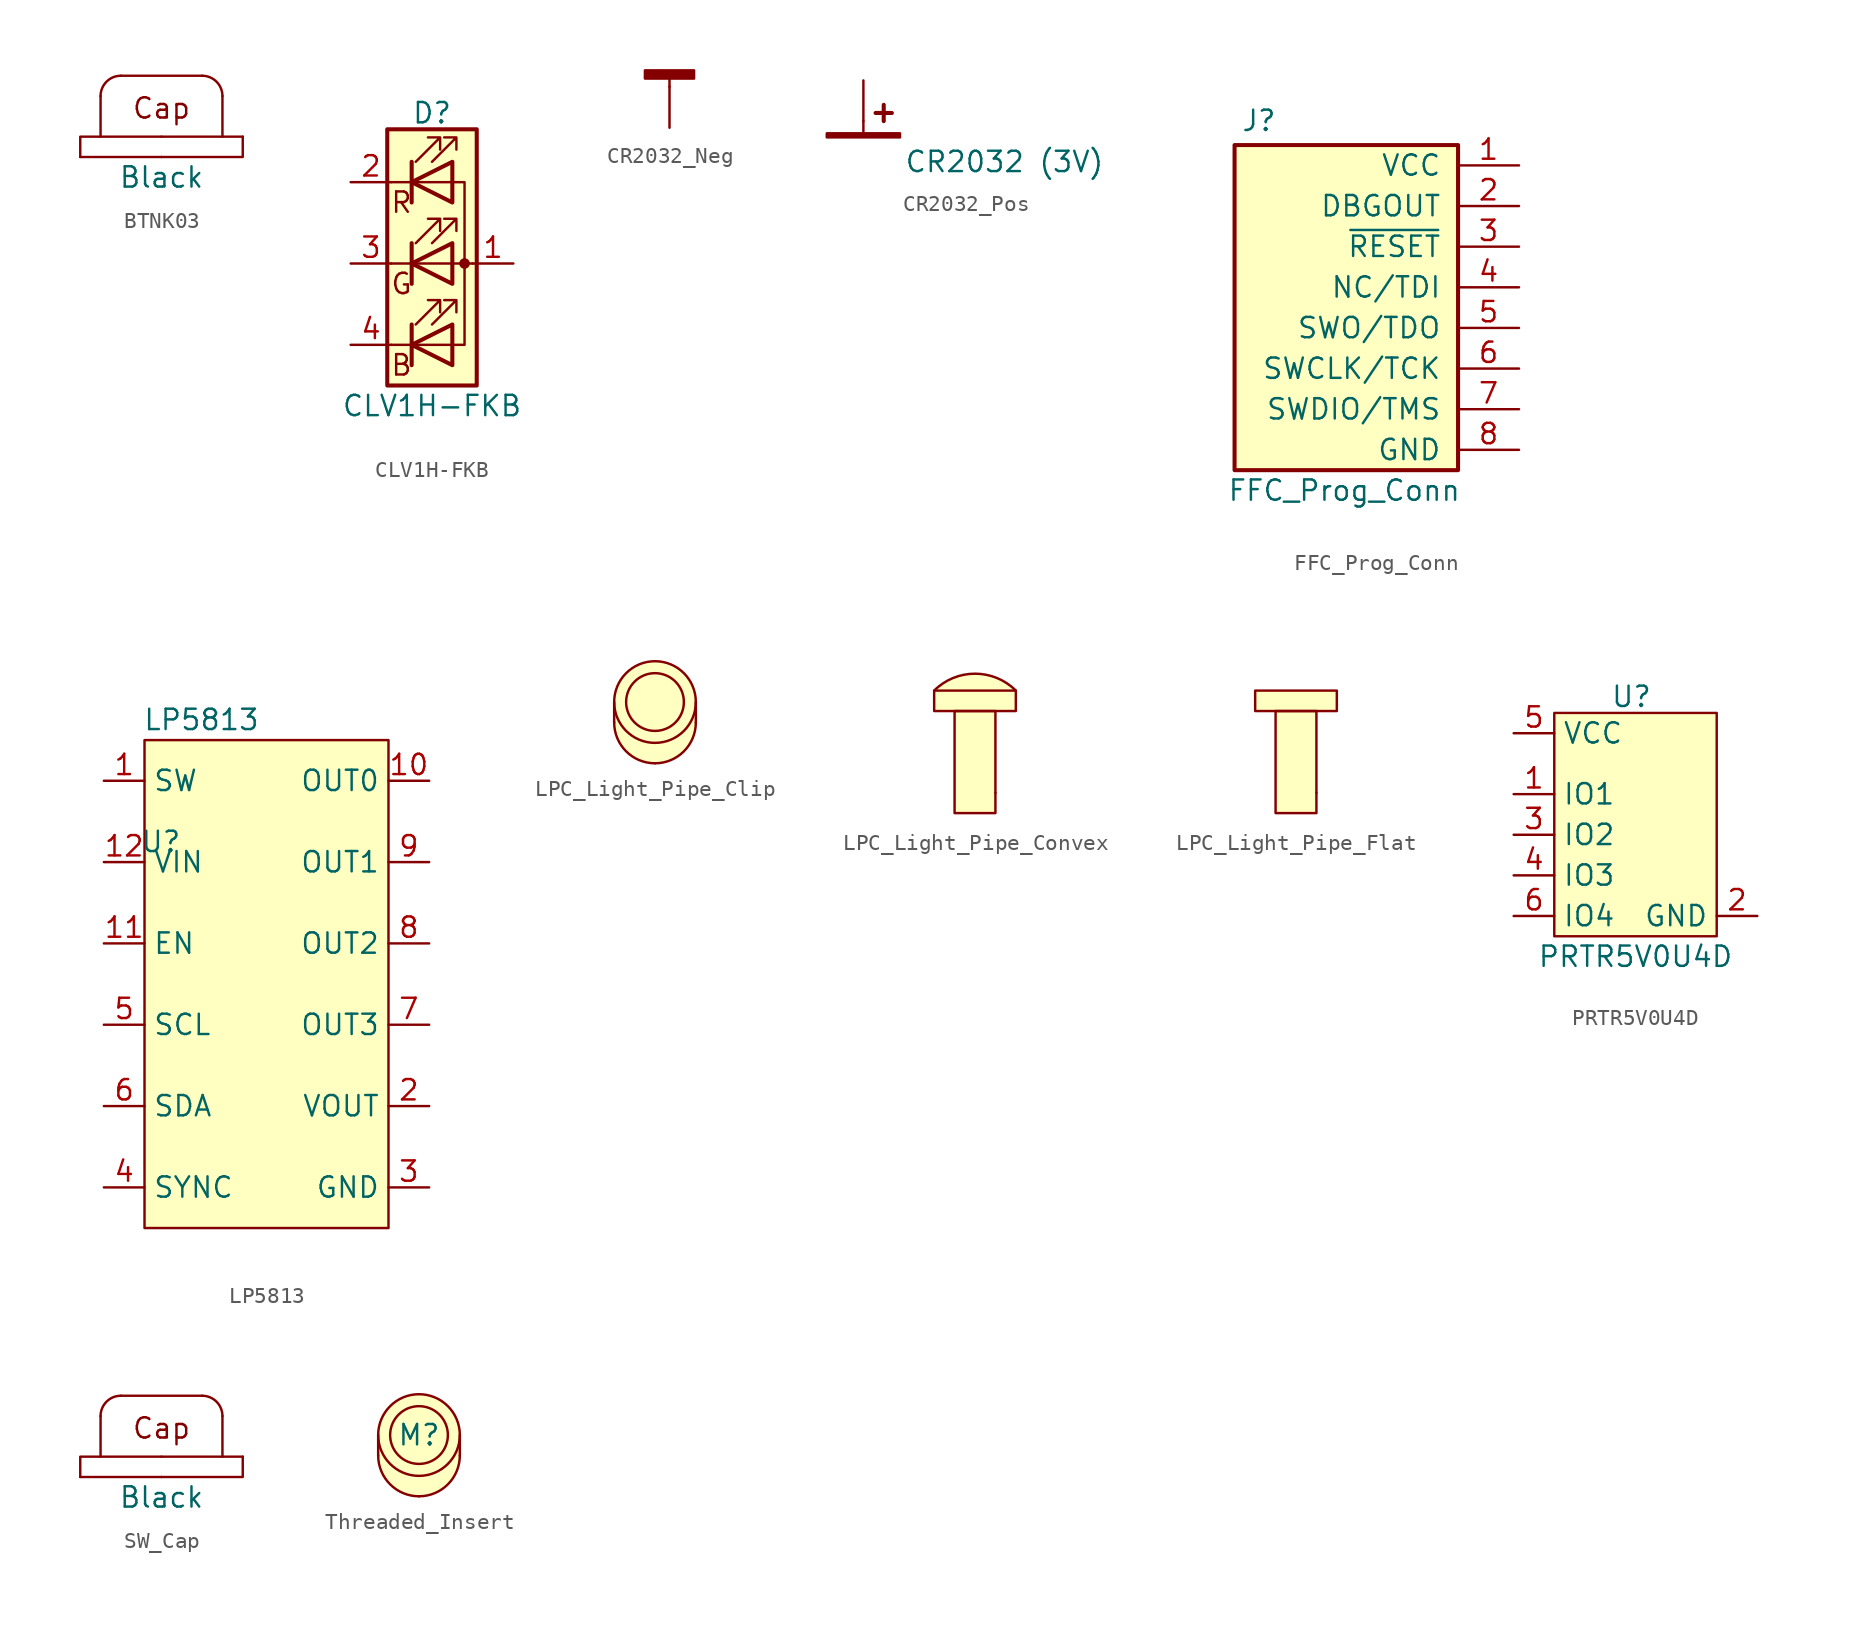
<source format=kicad_sym>
(kicad_symbol_lib
  (version 20231120)
  (generator "kicad_symbol_editor")
  (generator_version "8.0")
  (symbol "BTNK03"
    (property "Reference" "M"
      (at 0 -2.54 0)
      (effects (font (size 1.27 1.27)) (hide yes)))
    (property "Value" "Black"
      (at 0 -1.27 0)
      (effects (font (size 1.27 1.27))))
    (symbol "BTNK03_0_1"
      (arc (start -2.54 5.08) (mid -3.438 4.708) (end -3.81 3.81) (stroke (width 0) (type default)) (fill (type none)))
      (polyline (pts (xy -3.81 1.27) (xy -3.81 3.81)) (stroke (width 0) (type default)) (fill (type none)))
      (polyline (pts (xy -2.54 5.08) (xy 2.54 5.08)) (stroke (width 0) (type default)) (fill (type none)))
      (polyline (pts (xy 0 0) (xy -5.08 0)) (stroke (width 0) (type default)) (fill (type none)))
      (polyline (pts (xy 3.81 1.27) (xy 3.81 3.81)) (stroke (width 0) (type default)) (fill (type none)))
      (polyline (pts (xy 5.08 1.27) (xy 0 1.27)) (stroke (width 0) (type default)) (fill (type none)))
      (polyline (pts (xy -5.08 0) (xy -5.08 1.27) (xy 0 1.27)) (stroke (width 0) (type default)) (fill (type none)))
      (polyline (pts (xy 5.08 1.27) (xy 5.08 0) (xy 0 0)) (stroke (width 0) (type default)) (fill (type none)))
      (arc (start 3.81 3.81) (mid 3.438 4.708) (end 2.54 5.08) (stroke (width 0) (type default)) (fill (type none))))
    (symbol "BTNK03_1_0"
      (text "Cap" (at 0 3.048 0) (effects (font (size 1.27 1.27))))))
  (symbol "CLV1H-FKB"
    (pin_names
      (offset 0) hide)
    (property "Reference" "D"
      (at 0 9.398 0)
      (effects (font (size 1.27 1.27))))
    (property "Value" "CLV1H-FKB"
      (at 0 -8.89 0)
      (effects (font (size 1.27 1.27))))
    (symbol "CLV1H-FKB_0_0"
      (text "B" (at -1.905 -6.35 0) (effects (font (size 1.27 1.27))))
      (text "G" (at -1.905 -1.27 0) (effects (font (size 1.27 1.27))))
      (text "R" (at -1.905 3.81 0) (effects (font (size 1.27 1.27)))))
    (symbol "CLV1H-FKB_0_1"
      (polyline (pts (xy -2.54 -5.08) (xy 1.27 -5.08)) (stroke (width 0) (type default)) (fill (type none)))
      (polyline (pts (xy -1.27 -3.81) (xy -1.27 -6.35)) (stroke (width 0.254) (type default)) (fill (type none)))
      (polyline (pts (xy -1.27 1.27) (xy -1.27 -1.27)) (stroke (width 0.254) (type default)) (fill (type none)))
      (polyline (pts (xy -1.27 6.35) (xy -1.27 3.81)) (stroke (width 0.254) (type default)) (fill (type none)))
      (polyline (pts (xy 1.27 5.08) (xy -2.54 5.08)) (stroke (width 0) (type default)) (fill (type none)))
      (polyline (pts (xy 2.54 0) (xy -2.54 0)) (stroke (width 0) (type default)) (fill (type none)))
      (polyline (pts (xy 1.27 -5.08) (xy 2.032 -5.08) (xy 2.032 5.08) (xy 1.27 5.08)) (stroke (width 0) (type default)) (fill (type none)))
      (polyline (pts (xy 1.27 -3.81) (xy 1.27 -6.35) (xy -1.27 -5.08) (xy 1.27 -3.81)) (stroke (width 0.254) (type default)) (fill (type none)))
      (polyline (pts (xy 1.27 1.27) (xy 1.27 -1.27) (xy -1.27 0) (xy 1.27 1.27)) (stroke (width 0.254) (type default)) (fill (type none)))
      (polyline (pts (xy 1.27 6.35) (xy 1.27 3.81) (xy -1.27 5.08) (xy 1.27 6.35)) (stroke (width 0.254) (type default)) (fill (type none)))
      (polyline (pts (xy -1.016 -3.81) (xy 0.508 -2.286) (xy -0.254 -2.286) (xy 0.508 -2.286) (xy 0.508 -3.048)) (stroke (width 0) (type default)) (fill (type none)))
      (polyline (pts (xy -1.016 1.27) (xy 0.508 2.794) (xy -0.254 2.794) (xy 0.508 2.794) (xy 0.508 2.032)) (stroke (width 0) (type default)) (fill (type none)))
      (polyline (pts (xy -1.016 6.35) (xy 0.508 7.874) (xy -0.254 7.874) (xy 0.508 7.874) (xy 0.508 7.112)) (stroke (width 0) (type default)) (fill (type none)))
      (polyline (pts (xy 0 -3.81) (xy 1.524 -2.286) (xy 0.762 -2.286) (xy 1.524 -2.286) (xy 1.524 -3.048)) (stroke (width 0) (type default)) (fill (type none)))
      (polyline (pts (xy 0 1.27) (xy 1.524 2.794) (xy 0.762 2.794) (xy 1.524 2.794) (xy 1.524 2.032)) (stroke (width 0) (type default)) (fill (type none)))
      (polyline (pts (xy 0 6.35) (xy 1.524 7.874) (xy 0.762 7.874) (xy 1.524 7.874) (xy 1.524 7.112)) (stroke (width 0) (type default)) (fill (type none)))
      (rectangle (start 1.27 6.35) (end 1.27 6.35) (stroke (width 0) (type default)) (fill (type none)))
      (circle (center 2.032 0) (radius 0.254) (stroke (width 0) (type default)) (fill (type outline)))
      (rectangle (start 2.794 8.382) (end -2.794 -7.62) (stroke (width 0.254) (type default)) (fill (type background))))
    (symbol "CLV1H-FKB_1_1"
      (pin passive line (at 5.08 0 180) (length 2.54) (name "A" (effects (font (size 1.27 1.27)))) (number "1" (effects (font (size 1.27 1.27)))))
      (pin passive line (at -5.08 5.08 0) (length 2.54) (name "RK" (effects (font (size 1.27 1.27)))) (number "2" (effects (font (size 1.27 1.27)))))
      (pin passive line (at -5.08 0 0) (length 2.54) (name "GK" (effects (font (size 1.27 1.27)))) (number "3" (effects (font (size 1.27 1.27)))))
      (pin passive line (at -5.08 -5.08 0) (length 2.54) (name "BK" (effects (font (size 1.27 1.27)))) (number "4" (effects (font (size 1.27 1.27)))))))
  (symbol "CR2032_Neg"
    (pin_numbers hide)
    (pin_names
      (offset 0) hide)
    (property "Reference" "BT"
      (at 2.54 2.54 0)
      (effects (font (size 1.27 1.27)) (justify left) (hide yes)))
    (symbol "CR2032_Neg_0_1"
      (rectangle (start -1.524 1.016) (end 1.524 0.508) (stroke (width 0) (type default)) (fill (type outline)))
      (polyline (pts (xy 0 0.762) (xy 0 0)) (stroke (width 0) (type default)) (fill (type none))))
    (symbol "CR2032_Neg_1_1"
      (pin passive line (at 0 -2.54 90) (length 2.54) (name "-" (effects (font (size 1.27 1.27)))) (number "1" (effects (font (size 1.27 1.27)))))))
  (symbol "CR2032_Pos"
    (pin_numbers hide)
    (pin_names
      (offset 0) hide)
    (property "Reference" "BT"
      (at 2.54 2.54 0)
      (effects (font (size 1.27 1.27)) (justify left) (hide yes)))
    (property "Value" "CR2032 (3V)"
      (at 2.54 0 0)
      (effects (font (size 1.27 1.27)) (justify left)))
    (symbol "CR2032_Pos_0_1"
      (rectangle (start -2.286 1.778) (end 2.286 1.524) (stroke (width 0) (type default)) (fill (type outline)))
      (polyline (pts (xy 0 1.778) (xy 0 2.54)) (stroke (width 0) (type default)) (fill (type none)))
      (polyline (pts (xy 0.762 3.048) (xy 1.778 3.048)) (stroke (width 0.254) (type default)) (fill (type none)))
      (polyline (pts (xy 1.27 3.556) (xy 1.27 2.54)) (stroke (width 0.254) (type default)) (fill (type none))))
    (symbol "CR2032_Pos_1_1"
      (pin passive line (at 0 5.08 270) (length 2.54) (name "+" (effects (font (size 1.27 1.27)))) (number "1" (effects (font (size 1.27 1.27)))))))
  (symbol "FFC_Prog_Conn"
    (pin_names
      (offset 1.016))
    (property "Reference" "J"
      (at -6.096 11.684 0)
      (effects (font (size 1.27 1.27))))
    (property "Value" "FFC_Prog_Conn"
      (at -0.762 -11.43 0)
      (effects (font (size 1.27 1.27))))
    (symbol "FFC_Prog_Conn_1_1"
      (rectangle (start -7.62 10.16) (end 6.35 -10.16) (stroke (width 0.254) (type default)) (fill (type background)))
      (pin passive line (at 10.16 8.89 180) (length 3.81) (name "VCC" (effects (font (size 1.27 1.27)))) (number "1" (effects (font (size 1.27 1.27)))))
      (pin passive line (at 10.16 6.35 180) (length 3.81) (name "DBGOUT" (effects (font (size 1.27 1.27)))) (number "2" (effects (font (size 1.27 1.27)))))
      (pin passive line (at 10.16 3.81 180) (length 3.81) (name "~{RESET}" (effects (font (size 1.27 1.27)))) (number "3" (effects (font (size 1.27 1.27)))))
      (pin passive line (at 10.16 1.27 180) (length 3.81) (name "NC/TDI" (effects (font (size 1.27 1.27)))) (number "4" (effects (font (size 1.27 1.27)))))
      (pin passive line (at 10.16 -1.27 180) (length 3.81) (name "SWO/TDO" (effects (font (size 1.27 1.27)))) (number "5" (effects (font (size 1.27 1.27)))))
      (pin passive line (at 10.16 -3.81 180) (length 3.81) (name "SWCLK/TCK" (effects (font (size 1.27 1.27)))) (number "6" (effects (font (size 1.27 1.27)))))
      (pin passive line (at 10.16 -6.35 180) (length 3.81) (name "SWDIO/TMS" (effects (font (size 1.27 1.27)))) (number "7" (effects (font (size 1.27 1.27)))))
      (pin passive line (at 10.16 -8.89 180) (length 3.81) (name "GND" (effects (font (size 1.27 1.27)))) (number "8" (effects (font (size 1.27 1.27)))))))
  (symbol "LP5813"
    (property "Reference" "U"
      (at -6.604 8.89 0)
      (effects (font (size 1.27 1.27))))
    (property "Value" "LP5813"
      (at -4.064 16.51 0)
      (effects (font (size 1.27 1.27))))
    (symbol "LP5813_1_1"
      (rectangle (start -7.62 15.24) (end 7.62 -15.24) (stroke (width 0) (type default)) (fill (type background)))
      (pin passive line (at -10.16 12.7 0) (length 2.54) (name "SW" (effects (font (size 1.27 1.27)))) (number "1" (effects (font (size 1.27 1.27)))))
      (pin output line (at 10.16 12.7 180) (length 2.54) (name "OUT0" (effects (font (size 1.27 1.27)))) (number "10" (effects (font (size 1.27 1.27)))))
      (pin input line (at -10.16 2.54 0) (length 2.54) (name "EN" (effects (font (size 1.27 1.27)))) (number "11" (effects (font (size 1.27 1.27)))))
      (pin power_in line (at -10.16 7.62 0) (length 2.54) (name "VIN" (effects (font (size 1.27 1.27)))) (number "12" (effects (font (size 1.27 1.27)))))
      (pin passive line (at 10.16 -12.7 180) (length 2.54) hide (name "GND" (effects (font (size 1.27 1.27)))) (number "13" (effects (font (size 1.27 1.27)))))
      (pin power_out line (at 10.16 -7.62 180) (length 2.54) (name "VOUT" (effects (font (size 1.27 1.27)))) (number "2" (effects (font (size 1.27 1.27)))))
      (pin passive line (at 10.16 -12.7 180) (length 2.54) (name "GND" (effects (font (size 1.27 1.27)))) (number "3" (effects (font (size 1.27 1.27)))))
      (pin bidirectional line (at -10.16 -12.7 0) (length 2.54) (name "SYNC" (effects (font (size 1.27 1.27)))) (number "4" (effects (font (size 1.27 1.27)))))
      (pin input line (at -10.16 -2.54 0) (length 2.54) (name "SCL" (effects (font (size 1.27 1.27)))) (number "5" (effects (font (size 1.27 1.27)))))
      (pin bidirectional line (at -10.16 -7.62 0) (length 2.54) (name "SDA" (effects (font (size 1.27 1.27)))) (number "6" (effects (font (size 1.27 1.27)))))
      (pin output line (at 10.16 -2.54 180) (length 2.54) (name "OUT3" (effects (font (size 1.27 1.27)))) (number "7" (effects (font (size 1.27 1.27)))))
      (pin output line (at 10.16 2.54 180) (length 2.54) (name "OUT2" (effects (font (size 1.27 1.27)))) (number "8" (effects (font (size 1.27 1.27)))))
      (pin output line (at 10.16 7.62 180) (length 2.54) (name "OUT1" (effects (font (size 1.27 1.27)))) (number "9" (effects (font (size 1.27 1.27)))))))
  (symbol "LPC_Light_Pipe_Clip"
    (property "Reference" "M"
      (at 0 0 0)
      (effects (font (size 1.27 1.27)) (hide yes)))
    (property "Value" ""
      (at 0 0 0)
      (effects (font (size 1.27 1.27))))
    (property "MPN" ""
      (at 0 0 0)
      (effects (font (size 1.27 1.27))))
    (symbol "LPC_Light_Pipe_Clip_1_1"
      (arc (start -2.54 -1.27) (mid -1.7961 -3.0661) (end 0 -3.81) (stroke (width 0) (type default)) (fill (type none)))
      (arc (start 0 -3.81) (mid 1.7961 -3.0661) (end 2.54 -1.27) (stroke (width 0) (type default)) (fill (type none)))
      (circle (center 0 -1.27) (radius 2.54) (stroke (width -0.0001) (type default)) (fill (type background)))
      (polyline (pts (xy -2.54 -1.27) (xy -2.54 0)) (stroke (width 0) (type default)) (fill (type none)))
      (polyline (pts (xy 2.54 -1.27) (xy 2.54 0)) (stroke (width 0) (type default)) (fill (type none)))
      (circle (center 0 0) (radius 1.796) (stroke (width 0) (type default)) (fill (type color) (color 255 255 255 1)))
      (circle (center 0 0) (radius 2.54) (stroke (width 0) (type default)) (fill (type background)))))
  (symbol "LPC_Light_Pipe_Convex"
    (property "Reference" "LP"
      (at 0 0 0)
      (effects (font (size 1.27 1.27)) (hide yes)))
    (property "Value" ""
      (at 0.254 5.08 0)
      (effects (font (size 1.27 1.27))))
    (property "MPN" ""
      (at 0 0 0)
      (effects (font (size 1.27 1.27))))
    (symbol "LPC_Light_Pipe_Convex_0_1"
      (rectangle (start -1.27 2.54) (end 1.27 -3.81) (stroke (width 0) (type default)) (fill (type background)))
      (rectangle (start 1.27 -2.54) (end 1.27 -2.54) (stroke (width 0) (type default)) (fill (type none))))
    (symbol "LPC_Light_Pipe_Convex_1_1"
      (rectangle (start -2.54 3.81) (end 2.54 2.54) (stroke (width 0) (type default)) (fill (type background)))
      (arc (start 2.54 3.81) (mid 0 4.8621) (end -2.54 3.81) (stroke (width 0) (type default)) (fill (type background)))))
  (symbol "LPC_Light_Pipe_Flat"
    (property "Reference" "LP"
      (at 0 0 0)
      (effects (font (size 1.27 1.27)) (hide yes)))
    (property "Value" ""
      (at 0.254 5.08 0)
      (effects (font (size 1.27 1.27))))
    (property "MPN" ""
      (at 0 0 0)
      (effects (font (size 1.27 1.27))))
    (symbol "LPC_Light_Pipe_Flat_0_1"
      (rectangle (start -1.27 2.54) (end 1.27 -3.81) (stroke (width 0) (type default)) (fill (type background)))
      (rectangle (start 1.27 -2.54) (end 1.27 -2.54) (stroke (width 0) (type default)) (fill (type none))))
    (symbol "LPC_Light_Pipe_Flat_1_1"
      (rectangle (start -2.54 3.81) (end 2.54 2.54) (stroke (width 0) (type default)) (fill (type background)))))
  (symbol "PRTR5V0U4D"
    (property "Reference" "U"
      (at -0.254 8.636 0)
      (effects (font (size 1.27 1.27))))
    (property "Value" "PRTR5V0U4D"
      (at 0 -7.62 0)
      (effects (font (size 1.27 1.27))))
    (symbol "PRTR5V0U4D_1_1"
      (rectangle (start -5.08 7.62) (end 5.08 -6.35) (stroke (width 0) (type default)) (fill (type background)))
      (pin passive line (at -7.62 2.54 0) (length 2.54) (name "IO1" (effects (font (size 1.27 1.27)))) (number "1" (effects (font (size 1.27 1.27)))))
      (pin passive line (at 7.62 -5.08 180) (length 2.54) (name "GND" (effects (font (size 1.27 1.27)))) (number "2" (effects (font (size 1.27 1.27)))))
      (pin passive line (at -7.62 0 0) (length 2.54) (name "IO2" (effects (font (size 1.27 1.27)))) (number "3" (effects (font (size 1.27 1.27)))))
      (pin passive line (at -7.62 -2.54 0) (length 2.54) (name "IO3" (effects (font (size 1.27 1.27)))) (number "4" (effects (font (size 1.27 1.27)))))
      (pin passive line (at -7.62 6.35 0) (length 2.54) (name "VCC" (effects (font (size 1.27 1.27)))) (number "5" (effects (font (size 1.27 1.27)))))
      (pin passive line (at -7.62 -5.08 0) (length 2.54) (name "IO4" (effects (font (size 1.27 1.27)))) (number "6" (effects (font (size 1.27 1.27)))))))
  (symbol "SW_Cap"
    (property "Reference" "M"
      (at 0 -2.54 0)
      (effects (font (size 1.27 1.27)) (hide yes)))
    (property "Value" "Black"
      (at 0 -1.27 0)
      (effects (font (size 1.27 1.27))))
    (symbol "SW_Cap_0_1"
      (arc (start -2.54 5.08) (mid -3.438 4.708) (end -3.81 3.81) (stroke (width 0) (type default)) (fill (type none)))
      (polyline (pts (xy -3.81 1.27) (xy -3.81 3.81)) (stroke (width 0) (type default)) (fill (type none)))
      (polyline (pts (xy -2.54 5.08) (xy 2.54 5.08)) (stroke (width 0) (type default)) (fill (type none)))
      (polyline (pts (xy 0 0) (xy -5.08 0)) (stroke (width 0) (type default)) (fill (type none)))
      (polyline (pts (xy 3.81 1.27) (xy 3.81 3.81)) (stroke (width 0) (type default)) (fill (type none)))
      (polyline (pts (xy 5.08 1.27) (xy 0 1.27)) (stroke (width 0) (type default)) (fill (type none)))
      (polyline (pts (xy -5.08 0) (xy -5.08 1.27) (xy 0 1.27)) (stroke (width 0) (type default)) (fill (type none)))
      (polyline (pts (xy 5.08 1.27) (xy 5.08 0) (xy 0 0)) (stroke (width 0) (type default)) (fill (type none)))
      (arc (start 3.81 3.81) (mid 3.438 4.708) (end 2.54 5.08) (stroke (width 0) (type default)) (fill (type none))))
    (symbol "SW_Cap_1_0"
      (text "Cap" (at 0 3.048 0) (effects (font (size 1.27 1.27))))))
  (symbol "Threaded_Insert"
    (property "Reference" "M"
      (at 0 0 0)
      (effects (font (size 1.27 1.27))))
    (property "Value" ""
      (at 0 0 0)
      (effects (font (size 1.27 1.27))))
    (symbol "Threaded_Insert_1_1"
      (arc (start -2.54 -1.27) (mid -1.7961 -3.0661) (end 0 -3.81) (stroke (width 0) (type default)) (fill (type none)))
      (arc (start 0 -3.81) (mid 1.7961 -3.0661) (end 2.54 -1.27) (stroke (width 0) (type default)) (fill (type none)))
      (circle (center 0 -1.27) (radius 2.54) (stroke (width -0.0001) (type default)) (fill (type background)))
      (polyline (pts (xy -2.54 -1.27) (xy -2.54 0)) (stroke (width 0) (type default)) (fill (type none)))
      (polyline (pts (xy 2.54 -1.27) (xy 2.54 0)) (stroke (width 0) (type default)) (fill (type none)))
      (circle (center 0 0) (radius 1.796) (stroke (width 0) (type default)) (fill (type color) (color 255 255 255 1)))
      (circle (center 0 0) (radius 2.54) (stroke (width 0) (type default)) (fill (type background))))))
</source>
